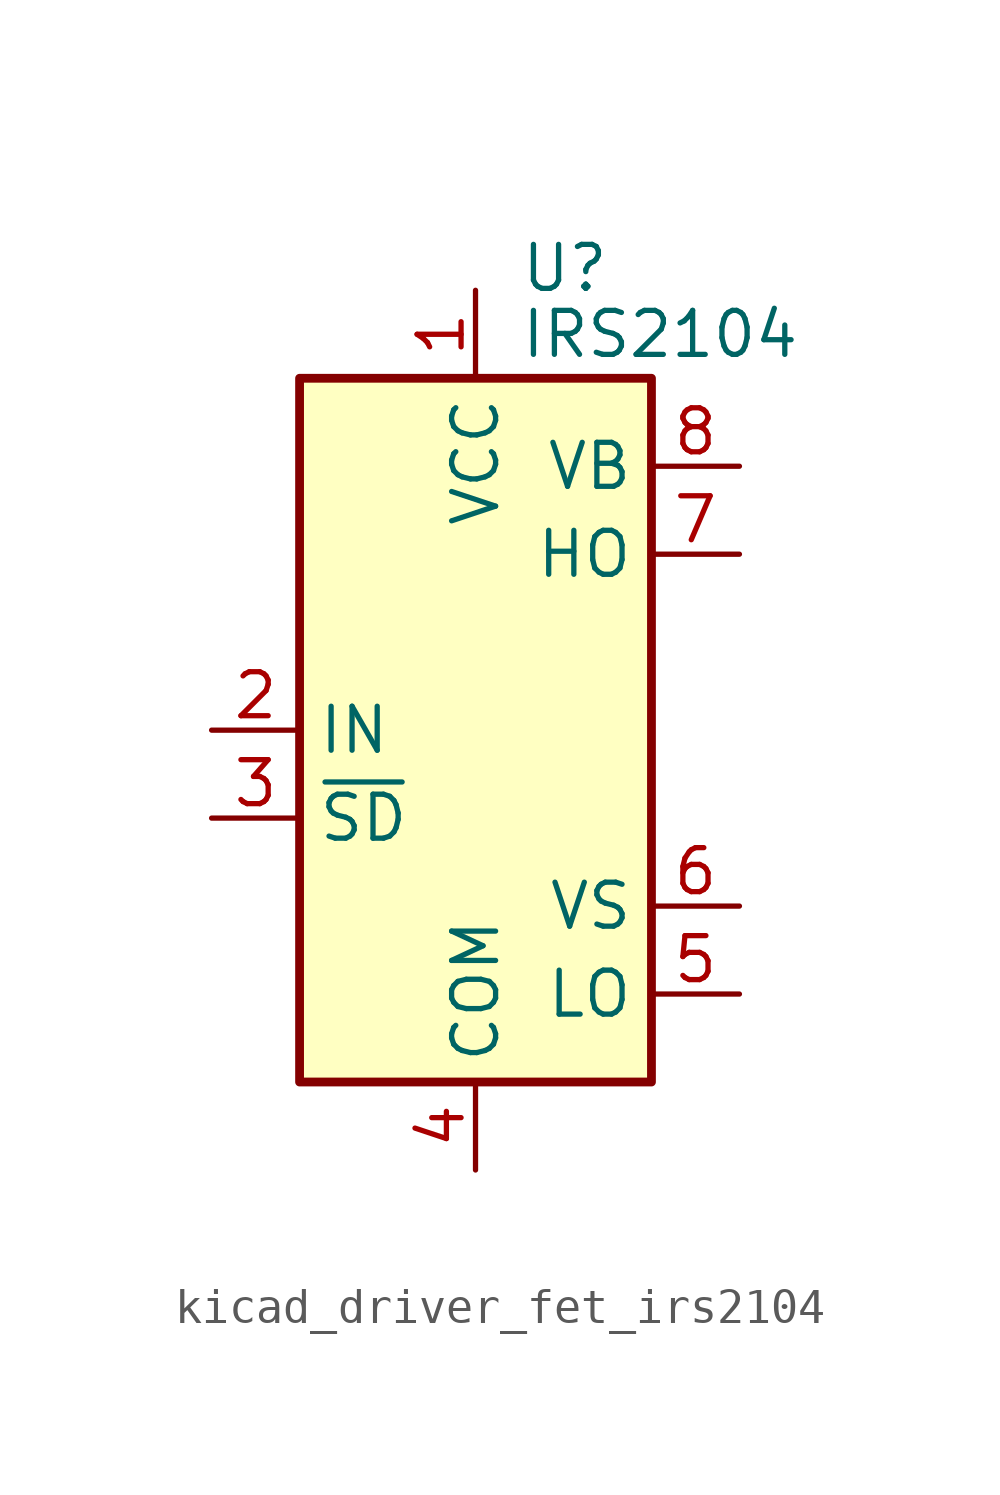
<source format=kicad_sym>
(kicad_symbol_lib
  (version 20220914)
  (generator kicad_symbol_editor)
  (symbol "kicad_driver_fet_irs2104"
    (property "Reference" "U"
      (at 1.27 13.335 0)
      (effects (font (size 1.27 1.27)) (justify left)))
    (property "Value" "IRS2104"
      (at 1.27 11.43 0)
      (effects (font (size 1.27 1.27)) (justify left)))
    (symbol "kicad_driver_fet_irs2104_0_1"
      (rectangle (start -5.08 -10.16) (end 5.08 10.16) (stroke (width 0.254) (type default)) (fill (type background))))
    (symbol "kicad_driver_fet_irs2104_1_1"
      (pin power_in line (at 0 12.7 270) (length 2.54) (name "VCC" (effects (font (size 1.27 1.27)))) (number "1" (effects (font (size 1.27 1.27)))))
      (pin input line (at -7.62 0 0) (length 2.54) (name "IN" (effects (font (size 1.27 1.27)))) (number "2" (effects (font (size 1.27 1.27)))))
      (pin input line (at -7.62 -2.54 0) (length 2.54) (name "~{SD}" (effects (font (size 1.27 1.27)))) (number "3" (effects (font (size 1.27 1.27)))))
      (pin power_in line (at 0 -12.7 90) (length 2.54) (name "COM" (effects (font (size 1.27 1.27)))) (number "4" (effects (font (size 1.27 1.27)))))
      (pin output line (at 7.62 -7.62 180) (length 2.54) (name "LO" (effects (font (size 1.27 1.27)))) (number "5" (effects (font (size 1.27 1.27)))))
      (pin passive line (at 7.62 -5.08 180) (length 2.54) (name "VS" (effects (font (size 1.27 1.27)))) (number "6" (effects (font (size 1.27 1.27)))))
      (pin output line (at 7.62 5.08 180) (length 2.54) (name "HO" (effects (font (size 1.27 1.27)))) (number "7" (effects (font (size 1.27 1.27)))))
      (pin passive line (at 7.62 7.62 180) (length 2.54) (name "VB" (effects (font (size 1.27 1.27)))) (number "8" (effects (font (size 1.27 1.27))))))))
</source>
